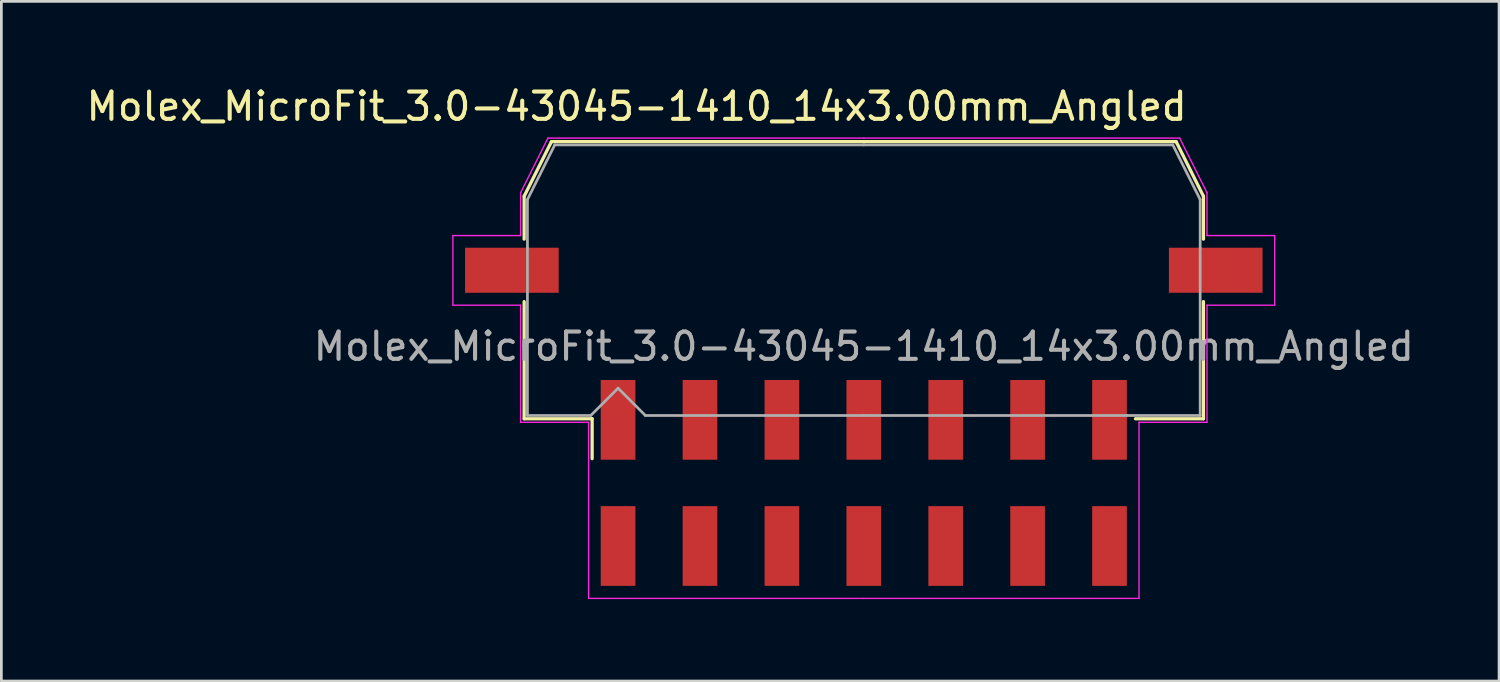
<source format=kicad_pcb>
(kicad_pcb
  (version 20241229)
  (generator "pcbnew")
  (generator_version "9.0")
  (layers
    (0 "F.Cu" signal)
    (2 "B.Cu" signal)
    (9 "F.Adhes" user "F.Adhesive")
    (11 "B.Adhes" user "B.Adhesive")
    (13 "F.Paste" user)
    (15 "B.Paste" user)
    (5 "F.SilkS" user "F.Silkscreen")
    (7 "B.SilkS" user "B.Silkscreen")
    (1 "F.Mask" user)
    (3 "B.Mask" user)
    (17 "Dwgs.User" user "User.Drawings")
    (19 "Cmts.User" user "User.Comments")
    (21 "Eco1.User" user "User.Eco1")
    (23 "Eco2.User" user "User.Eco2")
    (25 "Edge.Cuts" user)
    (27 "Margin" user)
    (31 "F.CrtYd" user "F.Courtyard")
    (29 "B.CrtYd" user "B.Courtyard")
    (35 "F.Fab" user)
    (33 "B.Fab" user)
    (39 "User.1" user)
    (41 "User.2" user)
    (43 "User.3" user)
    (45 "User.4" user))
  (footprint "Molex_MicroFit_3.0-43045-1410_14x3.00mm_Angled"
    (layer "F.Cu")
    (at 28.588 14.638)
    (property "Reference" "Molex_MicroFit_3.0-43045-1410_14x3.00mm_Angled" (at -8.32 -13.79 0) (layer "F.SilkS") (effects (font (size 1 1) (thickness 0.15))))
    (attr smd)
    (fp_line (start -12.44 -10.5) (end -12.44 -8.93) (stroke (width 0.12) (type solid)) (layer "F.SilkS"))
    (fp_line (start -12.44 -6.64) (end -12.44 -2.35) (stroke (width 0.12) (type solid)) (layer "F.SilkS"))
    (fp_line (start -12.44 -2.35) (end -9.95 -2.35) (stroke (width 0.12) (type solid)) (layer "F.SilkS"))
    (fp_line (start -11.44 -12.5) (end -12.44 -10.5) (stroke (width 0.12) (type solid)) (layer "F.SilkS"))
    (fp_line (start -9.95 -2.35) (end -9.95 -0.89) (stroke (width 0.12) (type solid)) (layer "F.SilkS"))
    (fp_line (start 0 -12.5) (end -11.44 -12.5) (stroke (width 0.12) (type solid)) (layer "F.SilkS"))
    (fp_line (start 0 -12.5) (end 11.44 -12.5) (stroke (width 0.12) (type solid)) (layer "F.SilkS"))
    (fp_line (start 11.44 -12.5) (end 12.44 -10.5) (stroke (width 0.12) (type solid)) (layer "F.SilkS"))
    (fp_line (start 12.44 -10.5) (end 12.44 -8.93) (stroke (width 0.12) (type solid)) (layer "F.SilkS"))
    (fp_line (start 12.44 -6.64) (end 12.44 -2.35) (stroke (width 0.12) (type solid)) (layer "F.SilkS"))
    (fp_line (start 12.44 -2.35) (end 9.95 -2.35) (stroke (width 0.12) (type solid)) (layer "F.SilkS"))
    (fp_line (start -15.05 -9.06) (end -15.05 -6.51) (stroke (width 0.05) (type solid)) (layer "F.CrtYd"))
    (fp_line (start -15.05 -6.51) (end -12.57 -6.51) (stroke (width 0.05) (type solid)) (layer "F.CrtYd"))
    (fp_line (start -12.57 -10.63) (end -12.57 -9.06) (stroke (width 0.05) (type solid)) (layer "F.CrtYd"))
    (fp_line (start -12.57 -9.06) (end -15.05 -9.06) (stroke (width 0.05) (type solid)) (layer "F.CrtYd"))
    (fp_line (start -12.57 -6.51) (end -12.57 -2.22) (stroke (width 0.05) (type solid)) (layer "F.CrtYd"))
    (fp_line (start -12.57 -2.22) (end -10.08 -2.22) (stroke (width 0.05) (type solid)) (layer "F.CrtYd"))
    (fp_line (start -11.57 -12.63) (end -12.57 -10.63) (stroke (width 0.05) (type solid)) (layer "F.CrtYd"))
    (fp_line (start -10.08 -2.22) (end -10.08 4.23) (stroke (width 0.05) (type solid)) (layer "F.CrtYd"))
    (fp_line (start -10.08 4.23) (end 0 4.23) (stroke (width 0.05) (type solid)) (layer "F.CrtYd"))
    (fp_line (start 0 -12.63) (end -11.57 -12.63) (stroke (width 0.05) (type solid)) (layer "F.CrtYd"))
    (fp_line (start 0 -12.63) (end 11.57 -12.63) (stroke (width 0.05) (type solid)) (layer "F.CrtYd"))
    (fp_line (start 10.08 -2.22) (end 10.08 4.23) (stroke (width 0.05) (type solid)) (layer "F.CrtYd"))
    (fp_line (start 10.08 4.23) (end 0 4.23) (stroke (width 0.05) (type solid)) (layer "F.CrtYd"))
    (fp_line (start 11.57 -12.63) (end 12.57 -10.63) (stroke (width 0.05) (type solid)) (layer "F.CrtYd"))
    (fp_line (start 12.57 -10.63) (end 12.57 -9.06) (stroke (width 0.05) (type solid)) (layer "F.CrtYd"))
    (fp_line (start 12.57 -9.06) (end 15.05 -9.06) (stroke (width 0.05) (type solid)) (layer "F.CrtYd"))
    (fp_line (start 12.57 -6.51) (end 12.57 -2.22) (stroke (width 0.05) (type solid)) (layer "F.CrtYd"))
    (fp_line (start 12.57 -2.22) (end 10.08 -2.22) (stroke (width 0.05) (type solid)) (layer "F.CrtYd"))
    (fp_line (start 15.05 -9.06) (end 15.05 -6.51) (stroke (width 0.05) (type solid)) (layer "F.CrtYd"))
    (fp_line (start 15.05 -6.51) (end 12.57 -6.51) (stroke (width 0.05) (type solid)) (layer "F.CrtYd"))
    (fp_line (start -12.32 -10.38) (end -12.32 -8.61) (stroke (width 0.1) (type solid)) (layer "F.Fab"))
    (fp_line (start -12.32 -8.61) (end -12.32 -2.47) (stroke (width 0.1) (type solid)) (layer "F.Fab"))
    (fp_line (start -12.32 -2.47) (end -10 -2.47) (stroke (width 0.1) (type solid)) (layer "F.Fab"))
    (fp_line (start -11.32 -12.38) (end -12.32 -10.38) (stroke (width 0.1) (type solid)) (layer "F.Fab"))
    (fp_line (start -10 -2.47) (end -9 -3.47) (stroke (width 0.1) (type solid)) (layer "F.Fab"))
    (fp_line (start -9 -3.47) (end -8 -2.47) (stroke (width 0.1) (type solid)) (layer "F.Fab"))
    (fp_line (start -8 -2.47) (end 0 -2.47) (stroke (width 0.1) (type solid)) (layer "F.Fab"))
    (fp_line (start 0 -12.38) (end -11.32 -12.38) (stroke (width 0.1) (type solid)) (layer "F.Fab"))
    (fp_line (start 0 -12.38) (end 11.32 -12.38) (stroke (width 0.1) (type solid)) (layer "F.Fab"))
    (fp_line (start 9.63 -2.47) (end 0 -2.47) (stroke (width 0.1) (type solid)) (layer "F.Fab"))
    (fp_line (start 11.32 -12.38) (end 12.32 -10.38) (stroke (width 0.1) (type solid)) (layer "F.Fab"))
    (fp_line (start 12.32 -10.38) (end 12.32 -8.61) (stroke (width 0.1) (type solid)) (layer "F.Fab"))
    (fp_line (start 12.32 -8.61) (end 12.32 -2.47) (stroke (width 0.1) (type solid)) (layer "F.Fab"))
    (fp_line (start 12.32 -2.47) (end 9.63 -2.47) (stroke (width 0.1) (type solid)) (layer "F.Fab"))
    (fp_text user "${REFERENCE}" (at 0 -5 0) (layer "F.Fab") (effects (font (size 1 1) (thickness 0.15))))
    (pad "" smd rect (at -12.89 -7.79) (size 3.43 1.65) (layers "F.Cu" "F.Mask" "F.Paste"))
    (pad "" smd rect (at 12.89 -7.79) (size 3.43 1.65) (layers "F.Cu" "F.Mask" "F.Paste"))
    (pad "1" smd rect (at -9 -2.31) (size 1.27 2.92) (layers "F.Cu" "F.Mask" "F.Paste"))
    (pad "2" smd rect (at -6 -2.31) (size 1.27 2.92) (layers "F.Cu" "F.Mask" "F.Paste"))
    (pad "3" smd rect (at -3 -2.31) (size 1.27 2.92) (layers "F.Cu" "F.Mask" "F.Paste"))
    (pad "4" smd rect (at 0 -2.31) (size 1.27 2.92) (layers "F.Cu" "F.Mask" "F.Paste"))
    (pad "5" smd rect (at 3 -2.31) (size 1.27 2.92) (layers "F.Cu" "F.Mask" "F.Paste"))
    (pad "6" smd rect (at 6 -2.31) (size 1.27 2.92) (layers "F.Cu" "F.Mask" "F.Paste"))
    (pad "7" smd rect (at 9 -2.31) (size 1.27 2.92) (layers "F.Cu" "F.Mask" "F.Paste"))
    (pad "8" smd rect (at 9 2.31) (size 1.27 2.92) (layers "F.Cu" "F.Mask" "F.Paste"))
    (pad "9" smd rect (at 6 2.31) (size 1.27 2.92) (layers "F.Cu" "F.Mask" "F.Paste"))
    (pad "10" smd rect (at 3 2.31) (size 1.27 2.92) (layers "F.Cu" "F.Mask" "F.Paste"))
    (pad "11" smd rect (at 0 2.31) (size 1.27 2.92) (layers "F.Cu" "F.Mask" "F.Paste"))
    (pad "12" smd rect (at -3 2.31) (size 1.27 2.92) (layers "F.Cu" "F.Mask" "F.Paste"))
    (pad "13" smd rect (at -6 2.31) (size 1.27 2.92) (layers "F.Cu" "F.Mask" "F.Paste"))
    (pad "14" smd rect (at -9 2.31) (size 1.27 2.92) (layers "F.Cu" "F.Mask" "F.Paste")))
  (gr_rect
    (start -3 -3)
    (end 51.856 21.893)
    (stroke (width 0.1) (type default))
    (fill no)
    (layer "Edge.Cuts")))
</source>
